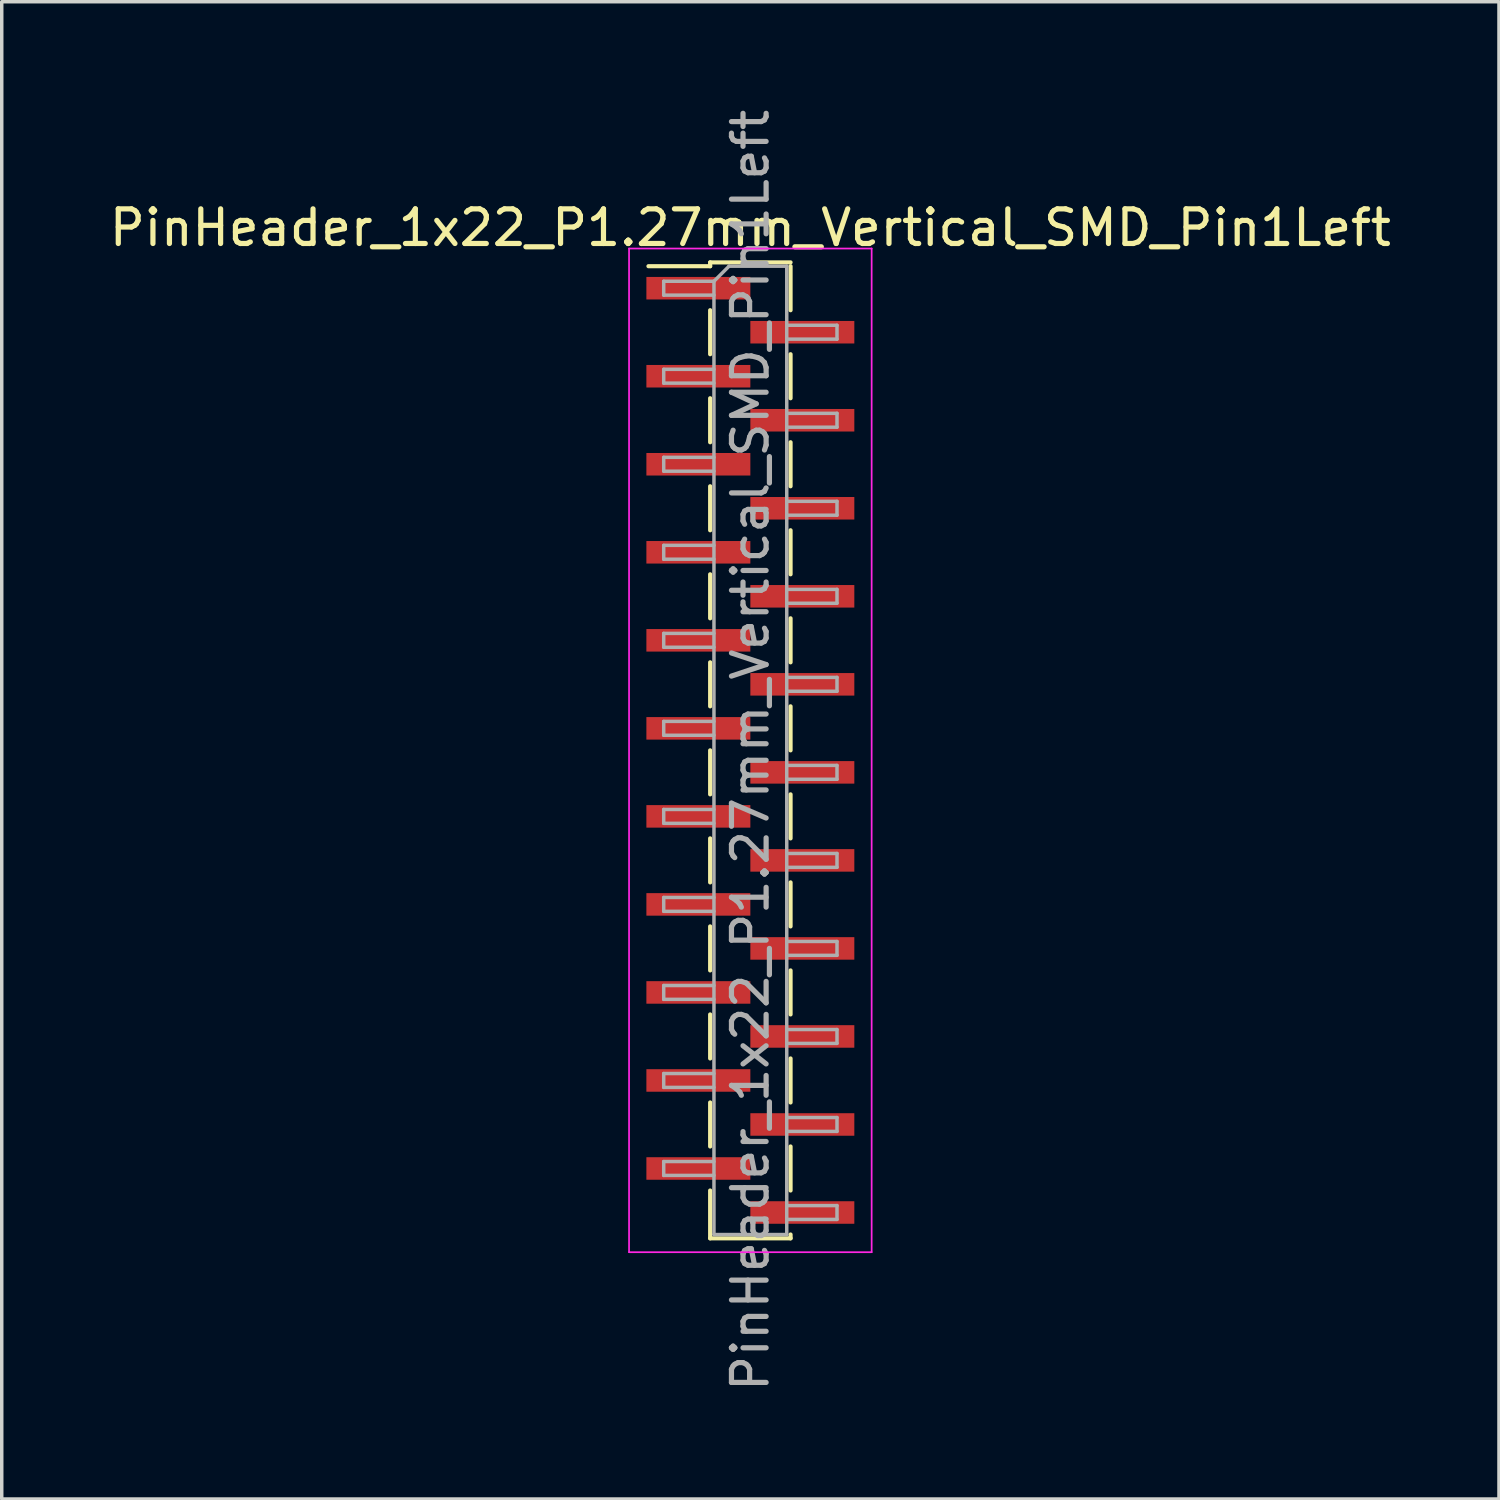
<source format=kicad_pcb>
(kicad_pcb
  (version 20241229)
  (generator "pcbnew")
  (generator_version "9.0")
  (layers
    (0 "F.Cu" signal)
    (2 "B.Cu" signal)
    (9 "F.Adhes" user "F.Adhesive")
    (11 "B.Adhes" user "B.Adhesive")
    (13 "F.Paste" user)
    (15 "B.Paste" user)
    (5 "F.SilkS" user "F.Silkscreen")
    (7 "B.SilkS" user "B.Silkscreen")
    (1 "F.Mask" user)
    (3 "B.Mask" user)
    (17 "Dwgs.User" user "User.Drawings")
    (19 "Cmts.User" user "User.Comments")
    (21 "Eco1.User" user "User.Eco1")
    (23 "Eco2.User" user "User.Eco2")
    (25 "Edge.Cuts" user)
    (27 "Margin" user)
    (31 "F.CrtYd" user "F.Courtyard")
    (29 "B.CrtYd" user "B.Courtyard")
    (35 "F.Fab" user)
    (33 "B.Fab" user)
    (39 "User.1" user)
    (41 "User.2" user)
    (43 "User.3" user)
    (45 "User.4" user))
  (footprint "PinHeader_1x22_P1.27mm_Vertical_SMD_Pin1Left"
    (layer "F.Cu")
    (at 18.601 18.601)
    (property "Reference" "PinHeader_1x22_P1.27mm_Vertical_SMD_Pin1Left" (at 0 -15.08 0) (layer "F.SilkS") (effects (font (size 1 1) (thickness 0.15))))
    (attr smd)
    (fp_line (start -1.16 -14.08) (end -1.16 -13.97) (stroke (width 0.12) (type solid)) (layer "F.SilkS"))
    (fp_line (start -1.16 -14.08) (end 1.16 -14.08) (stroke (width 0.12) (type solid)) (layer "F.SilkS"))
    (fp_line (start -1.16 -13.97) (end -2.94 -13.97) (stroke (width 0.12) (type solid)) (layer "F.SilkS"))
    (fp_line (start -1.16 -12.7) (end -1.16 -11.43) (stroke (width 0.12) (type solid)) (layer "F.SilkS"))
    (fp_line (start -1.16 -10.16) (end -1.16 -8.89) (stroke (width 0.12) (type solid)) (layer "F.SilkS"))
    (fp_line (start -1.16 -7.62) (end -1.16 -6.35) (stroke (width 0.12) (type solid)) (layer "F.SilkS"))
    (fp_line (start -1.16 -5.08) (end -1.16 -3.81) (stroke (width 0.12) (type solid)) (layer "F.SilkS"))
    (fp_line (start -1.16 -2.54) (end -1.16 -1.27) (stroke (width 0.12) (type solid)) (layer "F.SilkS"))
    (fp_line (start -1.16 0) (end -1.16 1.27) (stroke (width 0.12) (type solid)) (layer "F.SilkS"))
    (fp_line (start -1.16 2.54) (end -1.16 3.81) (stroke (width 0.12) (type solid)) (layer "F.SilkS"))
    (fp_line (start -1.16 5.08) (end -1.16 6.35) (stroke (width 0.12) (type solid)) (layer "F.SilkS"))
    (fp_line (start -1.16 7.62) (end -1.16 8.89) (stroke (width 0.12) (type solid)) (layer "F.SilkS"))
    (fp_line (start -1.16 10.16) (end -1.16 11.43) (stroke (width 0.12) (type solid)) (layer "F.SilkS"))
    (fp_line (start -1.16 12.7) (end -1.16 14.08) (stroke (width 0.12) (type solid)) (layer "F.SilkS"))
    (fp_line (start -1.16 14.08) (end 1.16 14.08) (stroke (width 0.12) (type solid)) (layer "F.SilkS"))
    (fp_line (start 1.16 -13.97) (end 1.16 -12.7) (stroke (width 0.12) (type solid)) (layer "F.SilkS"))
    (fp_line (start 1.16 -11.43) (end 1.16 -10.16) (stroke (width 0.12) (type solid)) (layer "F.SilkS"))
    (fp_line (start 1.16 -8.89) (end 1.16 -7.62) (stroke (width 0.12) (type solid)) (layer "F.SilkS"))
    (fp_line (start 1.16 -6.35) (end 1.16 -5.08) (stroke (width 0.12) (type solid)) (layer "F.SilkS"))
    (fp_line (start 1.16 -3.81) (end 1.16 -2.54) (stroke (width 0.12) (type solid)) (layer "F.SilkS"))
    (fp_line (start 1.16 -1.27) (end 1.16 0) (stroke (width 0.12) (type solid)) (layer "F.SilkS"))
    (fp_line (start 1.16 1.27) (end 1.16 2.54) (stroke (width 0.12) (type solid)) (layer "F.SilkS"))
    (fp_line (start 1.16 3.81) (end 1.16 5.08) (stroke (width 0.12) (type solid)) (layer "F.SilkS"))
    (fp_line (start 1.16 6.35) (end 1.16 7.62) (stroke (width 0.12) (type solid)) (layer "F.SilkS"))
    (fp_line (start 1.16 8.89) (end 1.16 10.16) (stroke (width 0.12) (type solid)) (layer "F.SilkS"))
    (fp_line (start 1.16 11.43) (end 1.16 12.7) (stroke (width 0.12) (type solid)) (layer "F.SilkS"))
    (fp_line (start 1.16 13.97) (end 1.16 14.08) (stroke (width 0.12) (type solid)) (layer "F.SilkS"))
    (fp_line (start -3.5 -14.48) (end -3.5 14.48) (stroke (width 0.05) (type solid)) (layer "F.CrtYd"))
    (fp_line (start -3.5 14.48) (end 3.5 14.48) (stroke (width 0.05) (type solid)) (layer "F.CrtYd"))
    (fp_line (start 3.5 -14.48) (end -3.5 -14.48) (stroke (width 0.05) (type solid)) (layer "F.CrtYd"))
    (fp_line (start 3.5 14.48) (end 3.5 -14.48) (stroke (width 0.05) (type solid)) (layer "F.CrtYd"))
    (fp_line (start -2.5 -13.535) (end -2.5 -13.135) (stroke (width 0.1) (type solid)) (layer "F.Fab"))
    (fp_line (start -2.5 -13.135) (end -1.05 -13.135) (stroke (width 0.1) (type solid)) (layer "F.Fab"))
    (fp_line (start -2.5 -10.995) (end -2.5 -10.595) (stroke (width 0.1) (type solid)) (layer "F.Fab"))
    (fp_line (start -2.5 -10.595) (end -1.05 -10.595) (stroke (width 0.1) (type solid)) (layer "F.Fab"))
    (fp_line (start -2.5 -8.455) (end -2.5 -8.055) (stroke (width 0.1) (type solid)) (layer "F.Fab"))
    (fp_line (start -2.5 -8.055) (end -1.05 -8.055) (stroke (width 0.1) (type solid)) (layer "F.Fab"))
    (fp_line (start -2.5 -5.915) (end -2.5 -5.515) (stroke (width 0.1) (type solid)) (layer "F.Fab"))
    (fp_line (start -2.5 -5.515) (end -1.05 -5.515) (stroke (width 0.1) (type solid)) (layer "F.Fab"))
    (fp_line (start -2.5 -3.375) (end -2.5 -2.975) (stroke (width 0.1) (type solid)) (layer "F.Fab"))
    (fp_line (start -2.5 -2.975) (end -1.05 -2.975) (stroke (width 0.1) (type solid)) (layer "F.Fab"))
    (fp_line (start -2.5 -0.835) (end -2.5 -0.435) (stroke (width 0.1) (type solid)) (layer "F.Fab"))
    (fp_line (start -2.5 -0.435) (end -1.05 -0.435) (stroke (width 0.1) (type solid)) (layer "F.Fab"))
    (fp_line (start -2.5 1.705) (end -2.5 2.105) (stroke (width 0.1) (type solid)) (layer "F.Fab"))
    (fp_line (start -2.5 2.105) (end -1.05 2.105) (stroke (width 0.1) (type solid)) (layer "F.Fab"))
    (fp_line (start -2.5 4.245) (end -2.5 4.645) (stroke (width 0.1) (type solid)) (layer "F.Fab"))
    (fp_line (start -2.5 4.645) (end -1.05 4.645) (stroke (width 0.1) (type solid)) (layer "F.Fab"))
    (fp_line (start -2.5 6.785) (end -2.5 7.185) (stroke (width 0.1) (type solid)) (layer "F.Fab"))
    (fp_line (start -2.5 7.185) (end -1.05 7.185) (stroke (width 0.1) (type solid)) (layer "F.Fab"))
    (fp_line (start -2.5 9.325) (end -2.5 9.725) (stroke (width 0.1) (type solid)) (layer "F.Fab"))
    (fp_line (start -2.5 9.725) (end -1.05 9.725) (stroke (width 0.1) (type solid)) (layer "F.Fab"))
    (fp_line (start -2.5 11.865) (end -2.5 12.265) (stroke (width 0.1) (type solid)) (layer "F.Fab"))
    (fp_line (start -2.5 12.265) (end -1.05 12.265) (stroke (width 0.1) (type solid)) (layer "F.Fab"))
    (fp_line (start -1.05 -13.535) (end -2.5 -13.535) (stroke (width 0.1) (type solid)) (layer "F.Fab"))
    (fp_line (start -1.05 -13.535) (end -0.615 -13.97) (stroke (width 0.1) (type solid)) (layer "F.Fab"))
    (fp_line (start -1.05 -10.995) (end -2.5 -10.995) (stroke (width 0.1) (type solid)) (layer "F.Fab"))
    (fp_line (start -1.05 -8.455) (end -2.5 -8.455) (stroke (width 0.1) (type solid)) (layer "F.Fab"))
    (fp_line (start -1.05 -5.915) (end -2.5 -5.915) (stroke (width 0.1) (type solid)) (layer "F.Fab"))
    (fp_line (start -1.05 -3.375) (end -2.5 -3.375) (stroke (width 0.1) (type solid)) (layer "F.Fab"))
    (fp_line (start -1.05 -0.835) (end -2.5 -0.835) (stroke (width 0.1) (type solid)) (layer "F.Fab"))
    (fp_line (start -1.05 1.705) (end -2.5 1.705) (stroke (width 0.1) (type solid)) (layer "F.Fab"))
    (fp_line (start -1.05 4.245) (end -2.5 4.245) (stroke (width 0.1) (type solid)) (layer "F.Fab"))
    (fp_line (start -1.05 6.785) (end -2.5 6.785) (stroke (width 0.1) (type solid)) (layer "F.Fab"))
    (fp_line (start -1.05 9.325) (end -2.5 9.325) (stroke (width 0.1) (type solid)) (layer "F.Fab"))
    (fp_line (start -1.05 11.865) (end -2.5 11.865) (stroke (width 0.1) (type solid)) (layer "F.Fab"))
    (fp_line (start -1.05 13.97) (end -1.05 -13.535) (stroke (width 0.1) (type solid)) (layer "F.Fab"))
    (fp_line (start -0.615 -13.97) (end 1.05 -13.97) (stroke (width 0.1) (type solid)) (layer "F.Fab"))
    (fp_line (start 1.05 -13.97) (end 1.05 13.97) (stroke (width 0.1) (type solid)) (layer "F.Fab"))
    (fp_line (start 1.05 -12.265) (end 2.5 -12.265) (stroke (width 0.1) (type solid)) (layer "F.Fab"))
    (fp_line (start 1.05 -9.725) (end 2.5 -9.725) (stroke (width 0.1) (type solid)) (layer "F.Fab"))
    (fp_line (start 1.05 -7.185) (end 2.5 -7.185) (stroke (width 0.1) (type solid)) (layer "F.Fab"))
    (fp_line (start 1.05 -4.645) (end 2.5 -4.645) (stroke (width 0.1) (type solid)) (layer "F.Fab"))
    (fp_line (start 1.05 -2.105) (end 2.5 -2.105) (stroke (width 0.1) (type solid)) (layer "F.Fab"))
    (fp_line (start 1.05 0.435) (end 2.5 0.435) (stroke (width 0.1) (type solid)) (layer "F.Fab"))
    (fp_line (start 1.05 2.975) (end 2.5 2.975) (stroke (width 0.1) (type solid)) (layer "F.Fab"))
    (fp_line (start 1.05 5.515) (end 2.5 5.515) (stroke (width 0.1) (type solid)) (layer "F.Fab"))
    (fp_line (start 1.05 8.055) (end 2.5 8.055) (stroke (width 0.1) (type solid)) (layer "F.Fab"))
    (fp_line (start 1.05 10.595) (end 2.5 10.595) (stroke (width 0.1) (type solid)) (layer "F.Fab"))
    (fp_line (start 1.05 13.135) (end 2.5 13.135) (stroke (width 0.1) (type solid)) (layer "F.Fab"))
    (fp_line (start 1.05 13.97) (end -1.05 13.97) (stroke (width 0.1) (type solid)) (layer "F.Fab"))
    (fp_line (start 2.5 -12.265) (end 2.5 -11.865) (stroke (width 0.1) (type solid)) (layer "F.Fab"))
    (fp_line (start 2.5 -11.865) (end 1.05 -11.865) (stroke (width 0.1) (type solid)) (layer "F.Fab"))
    (fp_line (start 2.5 -9.725) (end 2.5 -9.325) (stroke (width 0.1) (type solid)) (layer "F.Fab"))
    (fp_line (start 2.5 -9.325) (end 1.05 -9.325) (stroke (width 0.1) (type solid)) (layer "F.Fab"))
    (fp_line (start 2.5 -7.185) (end 2.5 -6.785) (stroke (width 0.1) (type solid)) (layer "F.Fab"))
    (fp_line (start 2.5 -6.785) (end 1.05 -6.785) (stroke (width 0.1) (type solid)) (layer "F.Fab"))
    (fp_line (start 2.5 -4.645) (end 2.5 -4.245) (stroke (width 0.1) (type solid)) (layer "F.Fab"))
    (fp_line (start 2.5 -4.245) (end 1.05 -4.245) (stroke (width 0.1) (type solid)) (layer "F.Fab"))
    (fp_line (start 2.5 -2.105) (end 2.5 -1.705) (stroke (width 0.1) (type solid)) (layer "F.Fab"))
    (fp_line (start 2.5 -1.705) (end 1.05 -1.705) (stroke (width 0.1) (type solid)) (layer "F.Fab"))
    (fp_line (start 2.5 0.435) (end 2.5 0.835) (stroke (width 0.1) (type solid)) (layer "F.Fab"))
    (fp_line (start 2.5 0.835) (end 1.05 0.835) (stroke (width 0.1) (type solid)) (layer "F.Fab"))
    (fp_line (start 2.5 2.975) (end 2.5 3.375) (stroke (width 0.1) (type solid)) (layer "F.Fab"))
    (fp_line (start 2.5 3.375) (end 1.05 3.375) (stroke (width 0.1) (type solid)) (layer "F.Fab"))
    (fp_line (start 2.5 5.515) (end 2.5 5.915) (stroke (width 0.1) (type solid)) (layer "F.Fab"))
    (fp_line (start 2.5 5.915) (end 1.05 5.915) (stroke (width 0.1) (type solid)) (layer "F.Fab"))
    (fp_line (start 2.5 8.055) (end 2.5 8.455) (stroke (width 0.1) (type solid)) (layer "F.Fab"))
    (fp_line (start 2.5 8.455) (end 1.05 8.455) (stroke (width 0.1) (type solid)) (layer "F.Fab"))
    (fp_line (start 2.5 10.595) (end 2.5 10.995) (stroke (width 0.1) (type solid)) (layer "F.Fab"))
    (fp_line (start 2.5 10.995) (end 1.05 10.995) (stroke (width 0.1) (type solid)) (layer "F.Fab"))
    (fp_line (start 2.5 13.135) (end 2.5 13.535) (stroke (width 0.1) (type solid)) (layer "F.Fab"))
    (fp_line (start 2.5 13.535) (end 1.05 13.535) (stroke (width 0.1) (type solid)) (layer "F.Fab"))
    (fp_text user "${REFERENCE}" (at 0 0 90) (layer "F.Fab") (effects (font (size 1 1) (thickness 0.15))))
    (pad "1" smd rect (at -1.5 -13.335) (size 3 0.65) (layers "F.Cu" "F.Mask" "F.Paste"))
    (pad "2" smd rect (at 1.5 -12.065) (size 3 0.65) (layers "F.Cu" "F.Mask" "F.Paste"))
    (pad "3" smd rect (at -1.5 -10.795) (size 3 0.65) (layers "F.Cu" "F.Mask" "F.Paste"))
    (pad "4" smd rect (at 1.5 -9.525) (size 3 0.65) (layers "F.Cu" "F.Mask" "F.Paste"))
    (pad "5" smd rect (at -1.5 -8.255) (size 3 0.65) (layers "F.Cu" "F.Mask" "F.Paste"))
    (pad "6" smd rect (at 1.5 -6.985) (size 3 0.65) (layers "F.Cu" "F.Mask" "F.Paste"))
    (pad "7" smd rect (at -1.5 -5.715) (size 3 0.65) (layers "F.Cu" "F.Mask" "F.Paste"))
    (pad "8" smd rect (at 1.5 -4.445) (size 3 0.65) (layers "F.Cu" "F.Mask" "F.Paste"))
    (pad "9" smd rect (at -1.5 -3.175) (size 3 0.65) (layers "F.Cu" "F.Mask" "F.Paste"))
    (pad "10" smd rect (at 1.5 -1.905) (size 3 0.65) (layers "F.Cu" "F.Mask" "F.Paste"))
    (pad "11" smd rect (at -1.5 -0.635) (size 3 0.65) (layers "F.Cu" "F.Mask" "F.Paste"))
    (pad "12" smd rect (at 1.5 0.635) (size 3 0.65) (layers "F.Cu" "F.Mask" "F.Paste"))
    (pad "13" smd rect (at -1.5 1.905) (size 3 0.65) (layers "F.Cu" "F.Mask" "F.Paste"))
    (pad "14" smd rect (at 1.5 3.175) (size 3 0.65) (layers "F.Cu" "F.Mask" "F.Paste"))
    (pad "15" smd rect (at -1.5 4.445) (size 3 0.65) (layers "F.Cu" "F.Mask" "F.Paste"))
    (pad "16" smd rect (at 1.5 5.715) (size 3 0.65) (layers "F.Cu" "F.Mask" "F.Paste"))
    (pad "17" smd rect (at -1.5 6.985) (size 3 0.65) (layers "F.Cu" "F.Mask" "F.Paste"))
    (pad "18" smd rect (at 1.5 8.255) (size 3 0.65) (layers "F.Cu" "F.Mask" "F.Paste"))
    (pad "19" smd rect (at -1.5 9.525) (size 3 0.65) (layers "F.Cu" "F.Mask" "F.Paste"))
    (pad "20" smd rect (at 1.5 10.795) (size 3 0.65) (layers "F.Cu" "F.Mask" "F.Paste"))
    (pad "21" smd rect (at -1.5 12.065) (size 3 0.65) (layers "F.Cu" "F.Mask" "F.Paste"))
    (pad "22" smd rect (at 1.5 13.335) (size 3 0.65) (layers "F.Cu" "F.Mask" "F.Paste")))
  (gr_rect
    (start -3 -3)
    (end 40.202 40.202)
    (stroke (width 0.1) (type default))
    (fill no)
    (layer "Edge.Cuts")))
</source>
